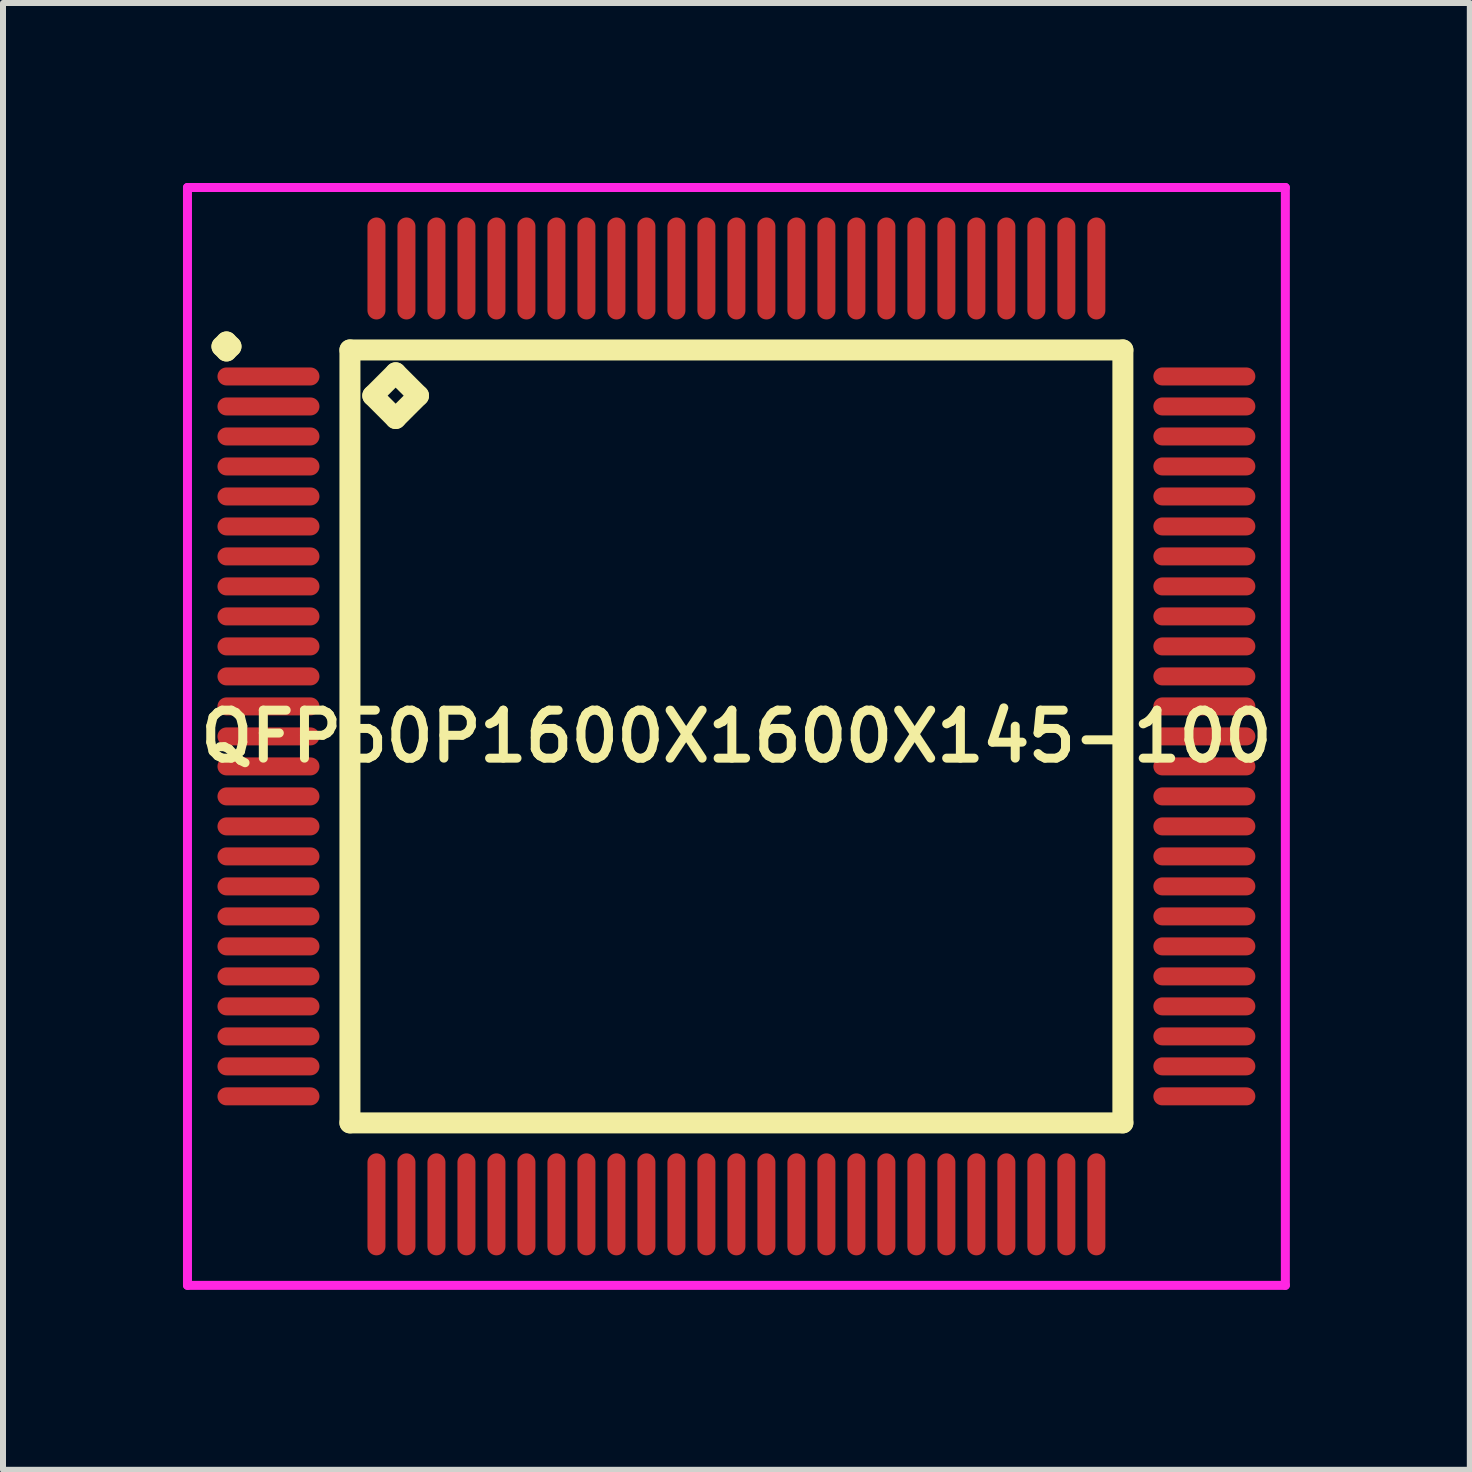
<source format=kicad_pcb>
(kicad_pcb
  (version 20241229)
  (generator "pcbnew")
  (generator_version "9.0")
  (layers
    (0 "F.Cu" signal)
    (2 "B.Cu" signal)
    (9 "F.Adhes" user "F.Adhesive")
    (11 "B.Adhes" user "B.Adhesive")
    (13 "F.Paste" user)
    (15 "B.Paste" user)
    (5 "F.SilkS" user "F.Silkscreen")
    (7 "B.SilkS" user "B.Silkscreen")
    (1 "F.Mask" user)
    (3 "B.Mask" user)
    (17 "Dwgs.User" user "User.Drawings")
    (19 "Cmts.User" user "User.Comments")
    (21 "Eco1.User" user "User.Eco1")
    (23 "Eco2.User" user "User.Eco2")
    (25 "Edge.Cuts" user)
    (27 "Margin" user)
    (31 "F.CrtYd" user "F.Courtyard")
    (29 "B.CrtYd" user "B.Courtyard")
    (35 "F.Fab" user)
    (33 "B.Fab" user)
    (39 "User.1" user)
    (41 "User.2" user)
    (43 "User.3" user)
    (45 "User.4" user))
  (footprint "QFP50P1600X1600X145-100"
    (layer "F.Cu")
    (at 9.225 9.225)
    (property "Reference" "QFP50P1600X1600X145-100" (at 0 0 0) (layer "F.SilkS") (effects (font (size 0.8 0.8) (thickness 0.15))))
    (attr through_hole)
    (fp_line (start -8.575 -6.5) (end -8.5 -6.575) (stroke (width 0.35) (type solid)) (layer "F.SilkS"))
    (fp_line (start -8.5 -6.575) (end -8.425 -6.5) (stroke (width 0.35) (type solid)) (layer "F.SilkS"))
    (fp_line (start -8.5 -6.425) (end -8.575 -6.5) (stroke (width 0.35) (type solid)) (layer "F.SilkS"))
    (fp_line (start -8.425 -6.5) (end -8.5 -6.425) (stroke (width 0.35) (type solid)) (layer "F.SilkS"))
    (fp_line (start -6.442 -6.442) (end -6.442 6.442) (stroke (width 0.35) (type solid)) (layer "F.SilkS"))
    (fp_line (start -6.442 6.442) (end 6.442 6.442) (stroke (width 0.35) (type solid)) (layer "F.SilkS"))
    (fp_line (start -6.061 -5.68) (end -5.68 -6.061) (stroke (width 0.35) (type solid)) (layer "F.SilkS"))
    (fp_line (start -5.68 -6.061) (end -5.299 -5.68) (stroke (width 0.35) (type solid)) (layer "F.SilkS"))
    (fp_line (start -5.68 -5.299) (end -6.061 -5.68) (stroke (width 0.35) (type solid)) (layer "F.SilkS"))
    (fp_line (start -5.299 -5.68) (end -5.68 -5.299) (stroke (width 0.35) (type solid)) (layer "F.SilkS"))
    (fp_line (start 6.442 -6.442) (end -6.442 -6.442) (stroke (width 0.35) (type solid)) (layer "F.SilkS"))
    (fp_line (start 6.442 6.442) (end 6.442 -6.442) (stroke (width 0.35) (type solid)) (layer "F.SilkS"))
    (fp_line (start -9.15 -9.15) (end 9.15 -9.15) (stroke (width 0.15) (type solid)) (layer "F.CrtYd"))
    (fp_line (start -9.15 9.15) (end -9.15 -9.15) (stroke (width 0.15) (type solid)) (layer "F.CrtYd"))
    (fp_line (start 9.15 -9.15) (end 9.15 9.15) (stroke (width 0.15) (type solid)) (layer "F.CrtYd"))
    (fp_line (start 9.15 9.15) (end -9.15 9.15) (stroke (width 0.15) (type solid)) (layer "F.CrtYd"))
    (pad "1" smd oval (at -7.8 -6) (size 1.7 0.3) (layers "F.Cu" "F.Mask" "F.Paste"))
    (pad "2" smd oval (at -7.8 -5.5) (size 1.7 0.3) (layers "F.Cu" "F.Mask" "F.Paste"))
    (pad "3" smd oval (at -7.8 -5) (size 1.7 0.3) (layers "F.Cu" "F.Mask" "F.Paste"))
    (pad "4" smd oval (at -7.8 -4.5) (size 1.7 0.3) (layers "F.Cu" "F.Mask" "F.Paste"))
    (pad "5" smd oval (at -7.8 -4) (size 1.7 0.3) (layers "F.Cu" "F.Mask" "F.Paste"))
    (pad "6" smd oval (at -7.8 -3.5) (size 1.7 0.3) (layers "F.Cu" "F.Mask" "F.Paste"))
    (pad "7" smd oval (at -7.8 -3) (size 1.7 0.3) (layers "F.Cu" "F.Mask" "F.Paste"))
    (pad "8" smd oval (at -7.8 -2.5) (size 1.7 0.3) (layers "F.Cu" "F.Mask" "F.Paste"))
    (pad "9" smd oval (at -7.8 -2) (size 1.7 0.3) (layers "F.Cu" "F.Mask" "F.Paste"))
    (pad "10" smd oval (at -7.8 -1.5) (size 1.7 0.3) (layers "F.Cu" "F.Mask" "F.Paste"))
    (pad "11" smd oval (at -7.8 -1) (size 1.7 0.3) (layers "F.Cu" "F.Mask" "F.Paste"))
    (pad "12" smd oval (at -7.8 -0.5) (size 1.7 0.3) (layers "F.Cu" "F.Mask" "F.Paste"))
    (pad "13" smd oval (at -7.8 0) (size 1.7 0.3) (layers "F.Cu" "F.Mask" "F.Paste"))
    (pad "14" smd oval (at -7.8 0.5) (size 1.7 0.3) (layers "F.Cu" "F.Mask" "F.Paste"))
    (pad "15" smd oval (at -7.8 1) (size 1.7 0.3) (layers "F.Cu" "F.Mask" "F.Paste"))
    (pad "16" smd oval (at -7.8 1.5) (size 1.7 0.3) (layers "F.Cu" "F.Mask" "F.Paste"))
    (pad "17" smd oval (at -7.8 2) (size 1.7 0.3) (layers "F.Cu" "F.Mask" "F.Paste"))
    (pad "18" smd oval (at -7.8 2.5) (size 1.7 0.3) (layers "F.Cu" "F.Mask" "F.Paste"))
    (pad "19" smd oval (at -7.8 3) (size 1.7 0.3) (layers "F.Cu" "F.Mask" "F.Paste"))
    (pad "20" smd oval (at -7.8 3.5) (size 1.7 0.3) (layers "F.Cu" "F.Mask" "F.Paste"))
    (pad "21" smd oval (at -7.8 4) (size 1.7 0.3) (layers "F.Cu" "F.Mask" "F.Paste"))
    (pad "22" smd oval (at -7.8 4.5) (size 1.7 0.3) (layers "F.Cu" "F.Mask" "F.Paste"))
    (pad "23" smd oval (at -7.8 5) (size 1.7 0.3) (layers "F.Cu" "F.Mask" "F.Paste"))
    (pad "24" smd oval (at -7.8 5.5) (size 1.7 0.3) (layers "F.Cu" "F.Mask" "F.Paste"))
    (pad "25" smd oval (at -7.8 6) (size 1.7 0.3) (layers "F.Cu" "F.Mask" "F.Paste"))
    (pad "26" smd oval (at -6 7.8) (size 0.3 1.7) (layers "F.Cu" "F.Mask" "F.Paste"))
    (pad "27" smd oval (at -5.5 7.8) (size 0.3 1.7) (layers "F.Cu" "F.Mask" "F.Paste"))
    (pad "28" smd oval (at -5 7.8) (size 0.3 1.7) (layers "F.Cu" "F.Mask" "F.Paste"))
    (pad "29" smd oval (at -4.5 7.8) (size 0.3 1.7) (layers "F.Cu" "F.Mask" "F.Paste"))
    (pad "30" smd oval (at -4 7.8) (size 0.3 1.7) (layers "F.Cu" "F.Mask" "F.Paste"))
    (pad "31" smd oval (at -3.5 7.8) (size 0.3 1.7) (layers "F.Cu" "F.Mask" "F.Paste"))
    (pad "32" smd oval (at -3 7.8) (size 0.3 1.7) (layers "F.Cu" "F.Mask" "F.Paste"))
    (pad "33" smd oval (at -2.5 7.8) (size 0.3 1.7) (layers "F.Cu" "F.Mask" "F.Paste"))
    (pad "34" smd oval (at -2 7.8) (size 0.3 1.7) (layers "F.Cu" "F.Mask" "F.Paste"))
    (pad "35" smd oval (at -1.5 7.8) (size 0.3 1.7) (layers "F.Cu" "F.Mask" "F.Paste"))
    (pad "36" smd oval (at -1 7.8) (size 0.3 1.7) (layers "F.Cu" "F.Mask" "F.Paste"))
    (pad "37" smd oval (at -0.5 7.8) (size 0.3 1.7) (layers "F.Cu" "F.Mask" "F.Paste"))
    (pad "38" smd oval (at 0 7.8) (size 0.3 1.7) (layers "F.Cu" "F.Mask" "F.Paste"))
    (pad "39" smd oval (at 0.5 7.8) (size 0.3 1.7) (layers "F.Cu" "F.Mask" "F.Paste"))
    (pad "40" smd oval (at 1 7.8) (size 0.3 1.7) (layers "F.Cu" "F.Mask" "F.Paste"))
    (pad "41" smd oval (at 1.5 7.8) (size 0.3 1.7) (layers "F.Cu" "F.Mask" "F.Paste"))
    (pad "42" smd oval (at 2 7.8) (size 0.3 1.7) (layers "F.Cu" "F.Mask" "F.Paste"))
    (pad "43" smd oval (at 2.5 7.8) (size 0.3 1.7) (layers "F.Cu" "F.Mask" "F.Paste"))
    (pad "44" smd oval (at 3 7.8) (size 0.3 1.7) (layers "F.Cu" "F.Mask" "F.Paste"))
    (pad "45" smd oval (at 3.5 7.8) (size 0.3 1.7) (layers "F.Cu" "F.Mask" "F.Paste"))
    (pad "46" smd oval (at 4 7.8) (size 0.3 1.7) (layers "F.Cu" "F.Mask" "F.Paste"))
    (pad "47" smd oval (at 4.5 7.8) (size 0.3 1.7) (layers "F.Cu" "F.Mask" "F.Paste"))
    (pad "48" smd oval (at 5 7.8) (size 0.3 1.7) (layers "F.Cu" "F.Mask" "F.Paste"))
    (pad "49" smd oval (at 5.5 7.8) (size 0.3 1.7) (layers "F.Cu" "F.Mask" "F.Paste"))
    (pad "50" smd oval (at 6 7.8) (size 0.3 1.7) (layers "F.Cu" "F.Mask" "F.Paste"))
    (pad "51" smd oval (at 7.8 6) (size 1.7 0.3) (layers "F.Cu" "F.Mask" "F.Paste"))
    (pad "52" smd oval (at 7.8 5.5) (size 1.7 0.3) (layers "F.Cu" "F.Mask" "F.Paste"))
    (pad "53" smd oval (at 7.8 5) (size 1.7 0.3) (layers "F.Cu" "F.Mask" "F.Paste"))
    (pad "54" smd oval (at 7.8 4.5) (size 1.7 0.3) (layers "F.Cu" "F.Mask" "F.Paste"))
    (pad "55" smd oval (at 7.8 4) (size 1.7 0.3) (layers "F.Cu" "F.Mask" "F.Paste"))
    (pad "56" smd oval (at 7.8 3.5) (size 1.7 0.3) (layers "F.Cu" "F.Mask" "F.Paste"))
    (pad "57" smd oval (at 7.8 3) (size 1.7 0.3) (layers "F.Cu" "F.Mask" "F.Paste"))
    (pad "58" smd oval (at 7.8 2.5) (size 1.7 0.3) (layers "F.Cu" "F.Mask" "F.Paste"))
    (pad "59" smd oval (at 7.8 2) (size 1.7 0.3) (layers "F.Cu" "F.Mask" "F.Paste"))
    (pad "60" smd oval (at 7.8 1.5) (size 1.7 0.3) (layers "F.Cu" "F.Mask" "F.Paste"))
    (pad "61" smd oval (at 7.8 1) (size 1.7 0.3) (layers "F.Cu" "F.Mask" "F.Paste"))
    (pad "62" smd oval (at 7.8 0.5) (size 1.7 0.3) (layers "F.Cu" "F.Mask" "F.Paste"))
    (pad "63" smd oval (at 7.8 0) (size 1.7 0.3) (layers "F.Cu" "F.Mask" "F.Paste"))
    (pad "64" smd oval (at 7.8 -0.5) (size 1.7 0.3) (layers "F.Cu" "F.Mask" "F.Paste"))
    (pad "65" smd oval (at 7.8 -1) (size 1.7 0.3) (layers "F.Cu" "F.Mask" "F.Paste"))
    (pad "66" smd oval (at 7.8 -1.5) (size 1.7 0.3) (layers "F.Cu" "F.Mask" "F.Paste"))
    (pad "67" smd oval (at 7.8 -2) (size 1.7 0.3) (layers "F.Cu" "F.Mask" "F.Paste"))
    (pad "68" smd oval (at 7.8 -2.5) (size 1.7 0.3) (layers "F.Cu" "F.Mask" "F.Paste"))
    (pad "69" smd oval (at 7.8 -3) (size 1.7 0.3) (layers "F.Cu" "F.Mask" "F.Paste"))
    (pad "70" smd oval (at 7.8 -3.5) (size 1.7 0.3) (layers "F.Cu" "F.Mask" "F.Paste"))
    (pad "71" smd oval (at 7.8 -4) (size 1.7 0.3) (layers "F.Cu" "F.Mask" "F.Paste"))
    (pad "72" smd oval (at 7.8 -4.5) (size 1.7 0.3) (layers "F.Cu" "F.Mask" "F.Paste"))
    (pad "73" smd oval (at 7.8 -5) (size 1.7 0.3) (layers "F.Cu" "F.Mask" "F.Paste"))
    (pad "74" smd oval (at 7.8 -5.5) (size 1.7 0.3) (layers "F.Cu" "F.Mask" "F.Paste"))
    (pad "75" smd oval (at 7.8 -6) (size 1.7 0.3) (layers "F.Cu" "F.Mask" "F.Paste"))
    (pad "76" smd oval (at 6 -7.8) (size 0.3 1.7) (layers "F.Cu" "F.Mask" "F.Paste"))
    (pad "77" smd oval (at 5.5 -7.8) (size 0.3 1.7) (layers "F.Cu" "F.Mask" "F.Paste"))
    (pad "78" smd oval (at 5 -7.8) (size 0.3 1.7) (layers "F.Cu" "F.Mask" "F.Paste"))
    (pad "79" smd oval (at 4.5 -7.8) (size 0.3 1.7) (layers "F.Cu" "F.Mask" "F.Paste"))
    (pad "80" smd oval (at 4 -7.8) (size 0.3 1.7) (layers "F.Cu" "F.Mask" "F.Paste"))
    (pad "81" smd oval (at 3.5 -7.8) (size 0.3 1.7) (layers "F.Cu" "F.Mask" "F.Paste"))
    (pad "82" smd oval (at 3 -7.8) (size 0.3 1.7) (layers "F.Cu" "F.Mask" "F.Paste"))
    (pad "83" smd oval (at 2.5 -7.8) (size 0.3 1.7) (layers "F.Cu" "F.Mask" "F.Paste"))
    (pad "84" smd oval (at 2 -7.8) (size 0.3 1.7) (layers "F.Cu" "F.Mask" "F.Paste"))
    (pad "85" smd oval (at 1.5 -7.8) (size 0.3 1.7) (layers "F.Cu" "F.Mask" "F.Paste"))
    (pad "86" smd oval (at 1 -7.8) (size 0.3 1.7) (layers "F.Cu" "F.Mask" "F.Paste"))
    (pad "87" smd oval (at 0.5 -7.8) (size 0.3 1.7) (layers "F.Cu" "F.Mask" "F.Paste"))
    (pad "88" smd oval (at 0 -7.8) (size 0.3 1.7) (layers "F.Cu" "F.Mask" "F.Paste"))
    (pad "89" smd oval (at -0.5 -7.8) (size 0.3 1.7) (layers "F.Cu" "F.Mask" "F.Paste"))
    (pad "90" smd oval (at -1 -7.8) (size 0.3 1.7) (layers "F.Cu" "F.Mask" "F.Paste"))
    (pad "91" smd oval (at -1.5 -7.8) (size 0.3 1.7) (layers "F.Cu" "F.Mask" "F.Paste"))
    (pad "92" smd oval (at -2 -7.8) (size 0.3 1.7) (layers "F.Cu" "F.Mask" "F.Paste"))
    (pad "93" smd oval (at -2.5 -7.8) (size 0.3 1.7) (layers "F.Cu" "F.Mask" "F.Paste"))
    (pad "94" smd oval (at -3 -7.8) (size 0.3 1.7) (layers "F.Cu" "F.Mask" "F.Paste"))
    (pad "95" smd oval (at -3.5 -7.8) (size 0.3 1.7) (layers "F.Cu" "F.Mask" "F.Paste"))
    (pad "96" smd oval (at -4 -7.8) (size 0.3 1.7) (layers "F.Cu" "F.Mask" "F.Paste"))
    (pad "97" smd oval (at -4.5 -7.8) (size 0.3 1.7) (layers "F.Cu" "F.Mask" "F.Paste"))
    (pad "98" smd oval (at -5 -7.8) (size 0.3 1.7) (layers "F.Cu" "F.Mask" "F.Paste"))
    (pad "99" smd oval (at -5.5 -7.8) (size 0.3 1.7) (layers "F.Cu" "F.Mask" "F.Paste"))
    (pad "100" smd oval (at -6 -7.8) (size 0.3 1.7) (layers "F.Cu" "F.Mask" "F.Paste")))
  (gr_rect
    (start -3 -3)
    (end 21.45 21.45)
    (stroke (width 0.1) (type default))
    (fill no)
    (layer "Edge.Cuts")))
</source>
